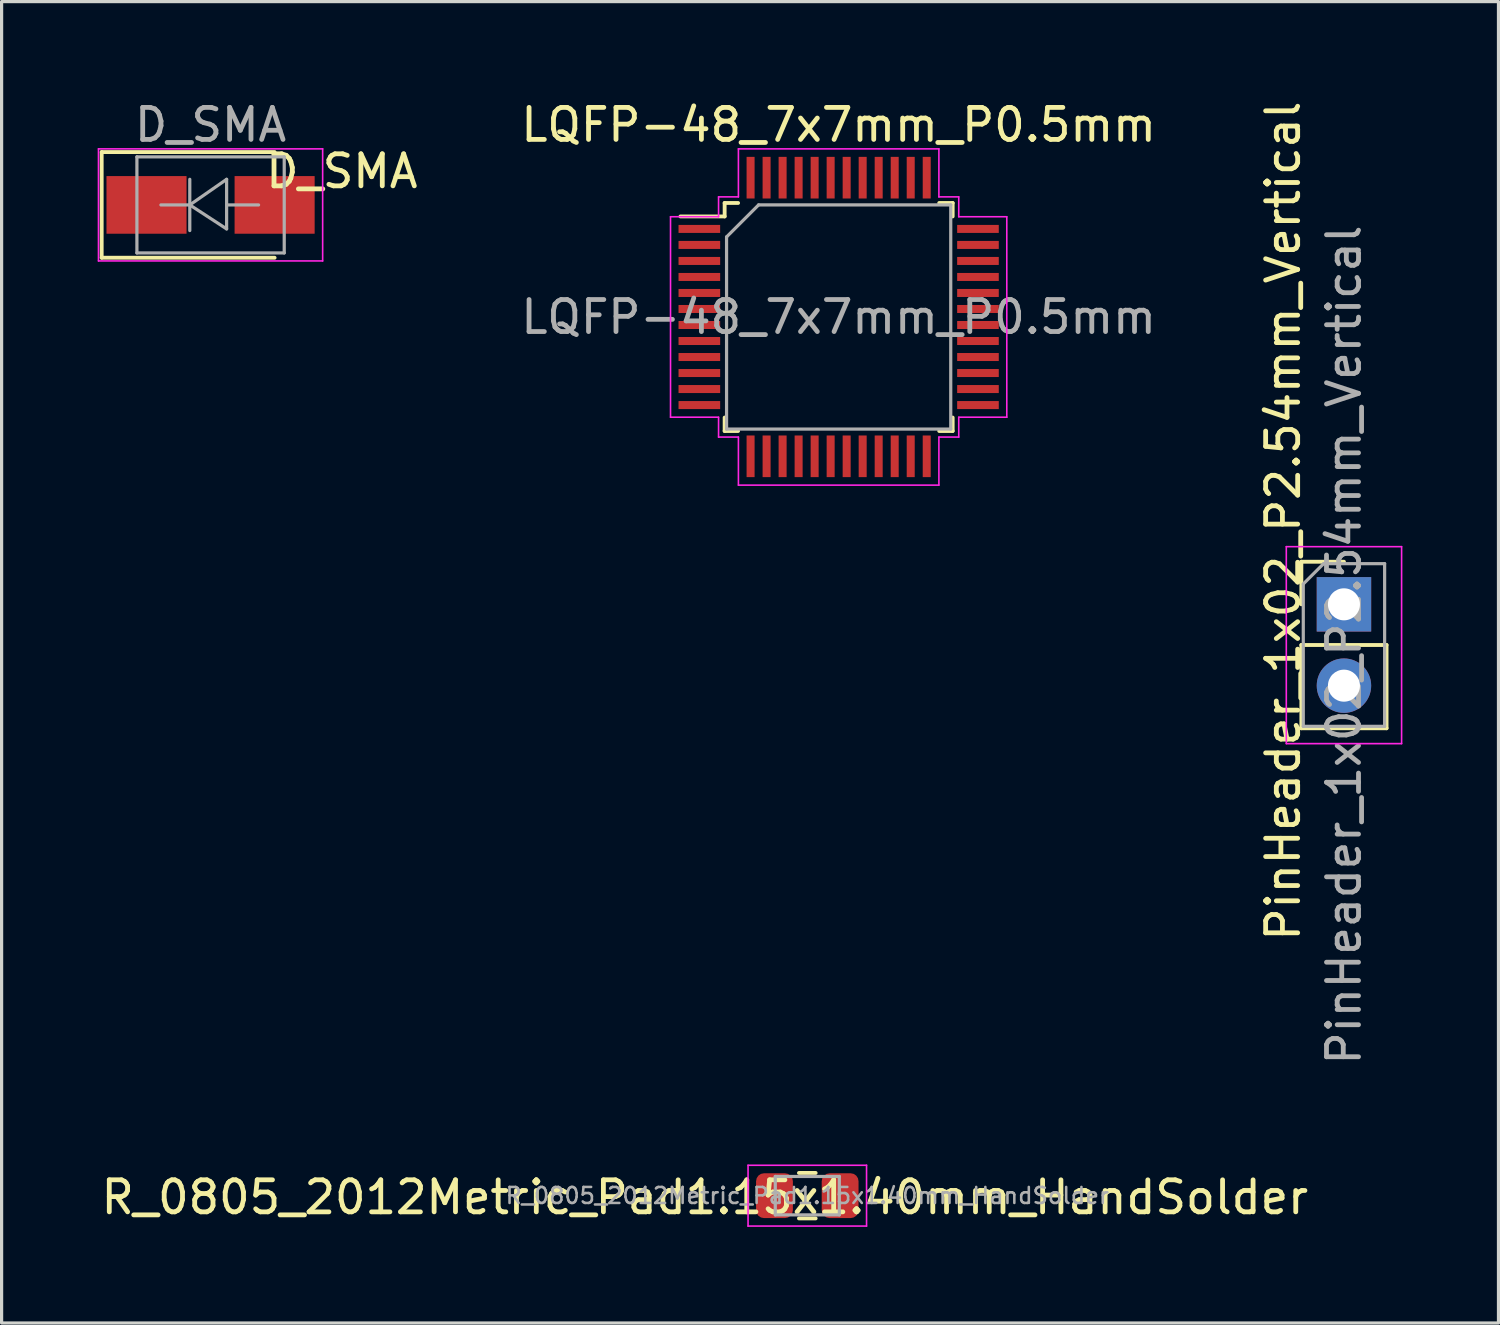
<source format=kicad_pcb>
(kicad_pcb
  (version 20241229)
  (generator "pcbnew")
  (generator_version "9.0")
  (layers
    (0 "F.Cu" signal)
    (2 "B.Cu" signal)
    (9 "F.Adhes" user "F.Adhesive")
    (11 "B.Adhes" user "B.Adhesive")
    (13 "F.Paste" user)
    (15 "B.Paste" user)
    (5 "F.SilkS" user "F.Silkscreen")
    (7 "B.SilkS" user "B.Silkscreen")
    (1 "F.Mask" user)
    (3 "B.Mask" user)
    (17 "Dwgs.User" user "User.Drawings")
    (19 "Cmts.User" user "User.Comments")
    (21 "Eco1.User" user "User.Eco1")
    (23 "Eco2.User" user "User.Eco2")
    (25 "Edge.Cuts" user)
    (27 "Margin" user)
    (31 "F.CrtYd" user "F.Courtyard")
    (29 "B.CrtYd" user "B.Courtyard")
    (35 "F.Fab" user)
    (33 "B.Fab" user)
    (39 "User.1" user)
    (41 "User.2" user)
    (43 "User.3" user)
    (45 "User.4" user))
  (footprint "D_SMA"
    (layer "F.Cu")
    (at 3.525 3.348)
    (property "Reference" "D_SMA" (at 4.1 -1.05 0) (layer "F.SilkS") (effects (font (size 1 1) (thickness 0.15))))
    (attr smd)
    (fp_line (start -3.4 -1.65) (end -3.4 1.65) (stroke (width 0.12) (type solid)) (layer "F.SilkS"))
    (fp_line (start -3.4 -1.65) (end 2 -1.65) (stroke (width 0.12) (type solid)) (layer "F.SilkS"))
    (fp_line (start -3.4 1.65) (end 2 1.65) (stroke (width 0.12) (type solid)) (layer "F.SilkS"))
    (fp_line (start -3.5 -1.75) (end 3.5 -1.75) (stroke (width 0.05) (type solid)) (layer "F.CrtYd"))
    (fp_line (start -3.5 1.75) (end -3.5 -1.75) (stroke (width 0.05) (type solid)) (layer "F.CrtYd"))
    (fp_line (start 3.5 -1.75) (end 3.5 1.75) (stroke (width 0.05) (type solid)) (layer "F.CrtYd"))
    (fp_line (start 3.5 1.75) (end -3.5 1.75) (stroke (width 0.05) (type solid)) (layer "F.CrtYd"))
    (fp_line (start -2.3 1.5) (end -2.3 -1.5) (stroke (width 0.1) (type solid)) (layer "F.Fab"))
    (fp_line (start -0.649 -0.799) (end -0.649 0.801) (stroke (width 0.1) (type solid)) (layer "F.Fab"))
    (fp_line (start -0.649 0.001) (end -1.551 0.001) (stroke (width 0.1) (type solid)) (layer "F.Fab"))
    (fp_line (start -0.649 0.001) (end 0.501 -0.799) (stroke (width 0.1) (type solid)) (layer "F.Fab"))
    (fp_line (start -0.649 0.001) (end 0.501 0.75) (stroke (width 0.1) (type solid)) (layer "F.Fab"))
    (fp_line (start 0.501 0.001) (end 1.499 0.001) (stroke (width 0.1) (type solid)) (layer "F.Fab"))
    (fp_line (start 0.501 0.75) (end 0.501 -0.799) (stroke (width 0.1) (type solid)) (layer "F.Fab"))
    (fp_line (start 2.3 -1.5) (end -2.3 -1.5) (stroke (width 0.1) (type solid)) (layer "F.Fab"))
    (fp_line (start 2.3 -1.5) (end 2.3 1.5) (stroke (width 0.1) (type solid)) (layer "F.Fab"))
    (fp_line (start 2.3 1.5) (end -2.3 1.5) (stroke (width 0.1) (type solid)) (layer "F.Fab"))
    (fp_text user "${REFERENCE}" (at 0 -2.5 0) (layer "F.Fab") (effects (font (size 1 1) (thickness 0.15))))
    (pad "1" smd rect (at -2 0) (size 2.5 1.8) (layers "F.Cu" "F.Mask" "F.Paste"))
    (pad "2" smd rect (at 2 0) (size 2.5 1.8) (layers "F.Cu" "F.Mask" "F.Paste")))
  (footprint "LQFP-48_7x7mm_P0.5mm"
    (layer "F.Cu")
    (at 23.137 6.848)
    (property "Reference" "LQFP-48_7x7mm_P0.5mm" (at 0 -6 0) (layer "F.SilkS") (effects (font (size 1 1) (thickness 0.15))))
    (attr smd)
    (fp_line (start -3.56 -3.56) (end -3.56 -3.14) (stroke (width 0.12) (type solid)) (layer "F.SilkS"))
    (fp_line (start -3.56 -3.56) (end -3.14 -3.56) (stroke (width 0.12) (type solid)) (layer "F.SilkS"))
    (fp_line (start -3.56 -3.14) (end -4.94 -3.14) (stroke (width 0.12) (type solid)) (layer "F.SilkS"))
    (fp_line (start -3.56 3.56) (end -3.56 3.14) (stroke (width 0.12) (type solid)) (layer "F.SilkS"))
    (fp_line (start -3.56 3.56) (end -3.14 3.56) (stroke (width 0.12) (type solid)) (layer "F.SilkS"))
    (fp_line (start 3.56 -3.56) (end 3.14 -3.56) (stroke (width 0.12) (type solid)) (layer "F.SilkS"))
    (fp_line (start 3.56 -3.56) (end 3.56 -3.14) (stroke (width 0.12) (type solid)) (layer "F.SilkS"))
    (fp_line (start 3.56 3.56) (end 3.14 3.56) (stroke (width 0.12) (type solid)) (layer "F.SilkS"))
    (fp_line (start 3.56 3.56) (end 3.56 3.14) (stroke (width 0.12) (type solid)) (layer "F.SilkS"))
    (fp_line (start -5.25 -3.13) (end -5.25 3.13) (stroke (width 0.05) (type solid)) (layer "F.CrtYd"))
    (fp_line (start -3.75 -3.13) (end -5.25 -3.13) (stroke (width 0.05) (type solid)) (layer "F.CrtYd"))
    (fp_line (start -3.75 -3.13) (end -3.75 -3.75) (stroke (width 0.05) (type solid)) (layer "F.CrtYd"))
    (fp_line (start -3.75 3.13) (end -5.25 3.13) (stroke (width 0.05) (type solid)) (layer "F.CrtYd"))
    (fp_line (start -3.75 3.13) (end -3.75 3.75) (stroke (width 0.05) (type solid)) (layer "F.CrtYd"))
    (fp_line (start -3.13 -5.25) (end 3.13 -5.25) (stroke (width 0.05) (type solid)) (layer "F.CrtYd"))
    (fp_line (start -3.13 -3.75) (end -3.75 -3.75) (stroke (width 0.05) (type solid)) (layer "F.CrtYd"))
    (fp_line (start -3.13 -3.75) (end -3.13 -5.25) (stroke (width 0.05) (type solid)) (layer "F.CrtYd"))
    (fp_line (start -3.13 3.75) (end -3.75 3.75) (stroke (width 0.05) (type solid)) (layer "F.CrtYd"))
    (fp_line (start -3.13 3.75) (end -3.13 5.25) (stroke (width 0.05) (type solid)) (layer "F.CrtYd"))
    (fp_line (start -3.13 5.25) (end 3.13 5.25) (stroke (width 0.05) (type solid)) (layer "F.CrtYd"))
    (fp_line (start 3.13 -3.75) (end 3.13 -5.25) (stroke (width 0.05) (type solid)) (layer "F.CrtYd"))
    (fp_line (start 3.13 -3.75) (end 3.75 -3.75) (stroke (width 0.05) (type solid)) (layer "F.CrtYd"))
    (fp_line (start 3.13 3.75) (end 3.75 3.75) (stroke (width 0.05) (type solid)) (layer "F.CrtYd"))
    (fp_line (start 3.13 5.25) (end 3.13 3.75) (stroke (width 0.05) (type solid)) (layer "F.CrtYd"))
    (fp_line (start 3.75 -3.13) (end 3.75 -3.75) (stroke (width 0.05) (type solid)) (layer "F.CrtYd"))
    (fp_line (start 3.75 -3.13) (end 5.25 -3.13) (stroke (width 0.05) (type solid)) (layer "F.CrtYd"))
    (fp_line (start 3.75 3.13) (end 3.75 3.75) (stroke (width 0.05) (type solid)) (layer "F.CrtYd"))
    (fp_line (start 3.75 3.13) (end 5.25 3.13) (stroke (width 0.05) (type solid)) (layer "F.CrtYd"))
    (fp_line (start 5.25 -3.13) (end 5.25 3.13) (stroke (width 0.05) (type solid)) (layer "F.CrtYd"))
    (fp_line (start -3.5 -2.5) (end -2.5 -3.5) (stroke (width 0.1) (type solid)) (layer "F.Fab"))
    (fp_line (start -3.5 3.5) (end -3.5 -2.5) (stroke (width 0.1) (type solid)) (layer "F.Fab"))
    (fp_line (start -2.5 -3.5) (end 3.5 -3.5) (stroke (width 0.1) (type solid)) (layer "F.Fab"))
    (fp_line (start 3.5 -3.5) (end 3.5 3.5) (stroke (width 0.1) (type solid)) (layer "F.Fab"))
    (fp_line (start 3.5 3.5) (end -3.5 3.5) (stroke (width 0.1) (type solid)) (layer "F.Fab"))
    (fp_text user "${REFERENCE}" (at 0 0 0) (layer "F.Fab") (effects (font (size 1 1) (thickness 0.15))))
    (pad "1" smd rect (at -4.35 -2.75) (size 1.3 0.25) (layers "F.Cu" "F.Mask" "F.Paste"))
    (pad "2" smd rect (at -4.35 -2.25) (size 1.3 0.25) (layers "F.Cu" "F.Mask" "F.Paste"))
    (pad "3" smd rect (at -4.35 -1.75) (size 1.3 0.25) (layers "F.Cu" "F.Mask" "F.Paste"))
    (pad "4" smd rect (at -4.35 -1.25) (size 1.3 0.25) (layers "F.Cu" "F.Mask" "F.Paste"))
    (pad "5" smd rect (at -4.35 -0.75) (size 1.3 0.25) (layers "F.Cu" "F.Mask" "F.Paste"))
    (pad "6" smd rect (at -4.35 -0.25) (size 1.3 0.25) (layers "F.Cu" "F.Mask" "F.Paste"))
    (pad "7" smd rect (at -4.35 0.25) (size 1.3 0.25) (layers "F.Cu" "F.Mask" "F.Paste"))
    (pad "8" smd rect (at -4.35 0.75) (size 1.3 0.25) (layers "F.Cu" "F.Mask" "F.Paste"))
    (pad "9" smd rect (at -4.35 1.25) (size 1.3 0.25) (layers "F.Cu" "F.Mask" "F.Paste"))
    (pad "10" smd rect (at -4.35 1.75) (size 1.3 0.25) (layers "F.Cu" "F.Mask" "F.Paste"))
    (pad "11" smd rect (at -4.35 2.25) (size 1.3 0.25) (layers "F.Cu" "F.Mask" "F.Paste"))
    (pad "12" smd rect (at -4.35 2.75) (size 1.3 0.25) (layers "F.Cu" "F.Mask" "F.Paste"))
    (pad "13" smd rect (at -2.75 4.35 90) (size 1.3 0.25) (layers "F.Cu" "F.Mask" "F.Paste"))
    (pad "14" smd rect (at -2.25 4.35 90) (size 1.3 0.25) (layers "F.Cu" "F.Mask" "F.Paste"))
    (pad "15" smd rect (at -1.75 4.35 90) (size 1.3 0.25) (layers "F.Cu" "F.Mask" "F.Paste"))
    (pad "16" smd rect (at -1.25 4.35 90) (size 1.3 0.25) (layers "F.Cu" "F.Mask" "F.Paste"))
    (pad "17" smd rect (at -0.75 4.35 90) (size 1.3 0.25) (layers "F.Cu" "F.Mask" "F.Paste"))
    (pad "18" smd rect (at -0.25 4.35 90) (size 1.3 0.25) (layers "F.Cu" "F.Mask" "F.Paste"))
    (pad "19" smd rect (at 0.25 4.35 90) (size 1.3 0.25) (layers "F.Cu" "F.Mask" "F.Paste"))
    (pad "20" smd rect (at 0.75 4.35 90) (size 1.3 0.25) (layers "F.Cu" "F.Mask" "F.Paste"))
    (pad "21" smd rect (at 1.25 4.35 90) (size 1.3 0.25) (layers "F.Cu" "F.Mask" "F.Paste"))
    (pad "22" smd rect (at 1.75 4.35 90) (size 1.3 0.25) (layers "F.Cu" "F.Mask" "F.Paste"))
    (pad "23" smd rect (at 2.25 4.35 90) (size 1.3 0.25) (layers "F.Cu" "F.Mask" "F.Paste"))
    (pad "24" smd rect (at 2.75 4.35 90) (size 1.3 0.25) (layers "F.Cu" "F.Mask" "F.Paste"))
    (pad "25" smd rect (at 4.35 2.75) (size 1.3 0.25) (layers "F.Cu" "F.Mask" "F.Paste"))
    (pad "26" smd rect (at 4.35 2.25) (size 1.3 0.25) (layers "F.Cu" "F.Mask" "F.Paste"))
    (pad "27" smd rect (at 4.35 1.75) (size 1.3 0.25) (layers "F.Cu" "F.Mask" "F.Paste"))
    (pad "28" smd rect (at 4.35 1.25) (size 1.3 0.25) (layers "F.Cu" "F.Mask" "F.Paste"))
    (pad "29" smd rect (at 4.35 0.75) (size 1.3 0.25) (layers "F.Cu" "F.Mask" "F.Paste"))
    (pad "30" smd rect (at 4.35 0.25) (size 1.3 0.25) (layers "F.Cu" "F.Mask" "F.Paste"))
    (pad "31" smd rect (at 4.35 -0.25) (size 1.3 0.25) (layers "F.Cu" "F.Mask" "F.Paste"))
    (pad "32" smd rect (at 4.35 -0.75) (size 1.3 0.25) (layers "F.Cu" "F.Mask" "F.Paste"))
    (pad "33" smd rect (at 4.35 -1.25) (size 1.3 0.25) (layers "F.Cu" "F.Mask" "F.Paste"))
    (pad "34" smd rect (at 4.35 -1.75) (size 1.3 0.25) (layers "F.Cu" "F.Mask" "F.Paste"))
    (pad "35" smd rect (at 4.35 -2.25) (size 1.3 0.25) (layers "F.Cu" "F.Mask" "F.Paste"))
    (pad "36" smd rect (at 4.35 -2.75) (size 1.3 0.25) (layers "F.Cu" "F.Mask" "F.Paste"))
    (pad "37" smd rect (at 2.75 -4.35 90) (size 1.3 0.25) (layers "F.Cu" "F.Mask" "F.Paste"))
    (pad "38" smd rect (at 2.25 -4.35 90) (size 1.3 0.25) (layers "F.Cu" "F.Mask" "F.Paste"))
    (pad "39" smd rect (at 1.75 -4.35 90) (size 1.3 0.25) (layers "F.Cu" "F.Mask" "F.Paste"))
    (pad "40" smd rect (at 1.25 -4.35 90) (size 1.3 0.25) (layers "F.Cu" "F.Mask" "F.Paste"))
    (pad "41" smd rect (at 0.75 -4.35 90) (size 1.3 0.25) (layers "F.Cu" "F.Mask" "F.Paste"))
    (pad "42" smd rect (at 0.25 -4.35 90) (size 1.3 0.25) (layers "F.Cu" "F.Mask" "F.Paste"))
    (pad "43" smd rect (at -0.25 -4.35 90) (size 1.3 0.25) (layers "F.Cu" "F.Mask" "F.Paste"))
    (pad "44" smd rect (at -0.75 -4.35 90) (size 1.3 0.25) (layers "F.Cu" "F.Mask" "F.Paste"))
    (pad "45" smd rect (at -1.25 -4.35 90) (size 1.3 0.25) (layers "F.Cu" "F.Mask" "F.Paste"))
    (pad "46" smd rect (at -1.75 -4.35 90) (size 1.3 0.25) (layers "F.Cu" "F.Mask" "F.Paste"))
    (pad "47" smd rect (at -2.25 -4.35 90) (size 1.3 0.25) (layers "F.Cu" "F.Mask" "F.Paste"))
    (pad "48" smd rect (at -2.75 -4.35 90) (size 1.3 0.25) (layers "F.Cu" "F.Mask" "F.Paste")))
  (footprint "R_0805_2012Metric_Pad1.15x1.40mm_HandSolder"
    (layer "F.Cu")
    (at 22.158 34.285)
    (property "Reference" "R_0805_2012Metric_Pad1.15x1.40mm_HandSolder" (at -3.2 0.05 0) (layer "F.SilkS") (effects (font (size 1 1) (thickness 0.15))))
    (attr smd)
    (fp_line (start -0.261 -0.71) (end 0.261 -0.71) (stroke (width 0.12) (type solid)) (layer "F.SilkS"))
    (fp_line (start -0.261 0.71) (end 0.261 0.71) (stroke (width 0.12) (type solid)) (layer "F.SilkS"))
    (fp_line (start -1.85 -0.95) (end 1.85 -0.95) (stroke (width 0.05) (type solid)) (layer "F.CrtYd"))
    (fp_line (start -1.85 0.95) (end -1.85 -0.95) (stroke (width 0.05) (type solid)) (layer "F.CrtYd"))
    (fp_line (start 1.85 -0.95) (end 1.85 0.95) (stroke (width 0.05) (type solid)) (layer "F.CrtYd"))
    (fp_line (start 1.85 0.95) (end -1.85 0.95) (stroke (width 0.05) (type solid)) (layer "F.CrtYd"))
    (fp_line (start -1 -0.6) (end 1 -0.6) (stroke (width 0.1) (type solid)) (layer "F.Fab"))
    (fp_line (start -1 0.6) (end -1 -0.6) (stroke (width 0.1) (type solid)) (layer "F.Fab"))
    (fp_line (start 1 -0.6) (end 1 0.6) (stroke (width 0.1) (type solid)) (layer "F.Fab"))
    (fp_line (start 1 0.6) (end -1 0.6) (stroke (width 0.1) (type solid)) (layer "F.Fab"))
    (fp_text user "${REFERENCE}" (at 0 0 0) (layer "F.Fab") (effects (font (size 0.5 0.5) (thickness 0.08))))
    (pad "1" smd roundrect (at -1.025 0) (size 1.15 1.4) (layers "F.Cu" "F.Mask" "F.Paste") (roundrect_rratio 0.217))
    (pad "2" smd roundrect (at 1.025 0) (size 1.15 1.4) (layers "F.Cu" "F.Mask" "F.Paste") (roundrect_rratio 0.217)))
  (footprint "PinHeader_1x02_P2.54mm_Vertical"
    (layer "F.Cu")
    (at 38.915 15.82)
    (property "Reference" "PinHeader_1x02_P2.54mm_Vertical" (at -1.9 -2.6 90) (layer "F.SilkS") (effects (font (size 1 1) (thickness 0.15))))
    (attr through_hole)
    (fp_line (start -1.33 -1.33) (end 0 -1.33) (stroke (width 0.12) (type solid)) (layer "F.SilkS"))
    (fp_line (start -1.33 0) (end -1.33 -1.33) (stroke (width 0.12) (type solid)) (layer "F.SilkS"))
    (fp_line (start -1.33 1.27) (end -1.33 3.87) (stroke (width 0.12) (type solid)) (layer "F.SilkS"))
    (fp_line (start -1.33 1.27) (end 1.33 1.27) (stroke (width 0.12) (type solid)) (layer "F.SilkS"))
    (fp_line (start -1.33 3.87) (end 1.33 3.87) (stroke (width 0.12) (type solid)) (layer "F.SilkS"))
    (fp_line (start 1.33 1.27) (end 1.33 3.87) (stroke (width 0.12) (type solid)) (layer "F.SilkS"))
    (fp_line (start -1.8 -1.8) (end -1.8 4.35) (stroke (width 0.05) (type solid)) (layer "F.CrtYd"))
    (fp_line (start -1.8 4.35) (end 1.8 4.35) (stroke (width 0.05) (type solid)) (layer "F.CrtYd"))
    (fp_line (start 1.8 -1.8) (end -1.8 -1.8) (stroke (width 0.05) (type solid)) (layer "F.CrtYd"))
    (fp_line (start 1.8 4.35) (end 1.8 -1.8) (stroke (width 0.05) (type solid)) (layer "F.CrtYd"))
    (fp_line (start -1.27 -0.635) (end -0.635 -1.27) (stroke (width 0.1) (type solid)) (layer "F.Fab"))
    (fp_line (start -1.27 3.81) (end -1.27 -0.635) (stroke (width 0.1) (type solid)) (layer "F.Fab"))
    (fp_line (start -0.635 -1.27) (end 1.27 -1.27) (stroke (width 0.1) (type solid)) (layer "F.Fab"))
    (fp_line (start 1.27 -1.27) (end 1.27 3.81) (stroke (width 0.1) (type solid)) (layer "F.Fab"))
    (fp_line (start 1.27 3.81) (end -1.27 3.81) (stroke (width 0.1) (type solid)) (layer "F.Fab"))
    (fp_text user "${REFERENCE}" (at 0 1.27 90) (layer "F.Fab") (effects (font (size 1 1) (thickness 0.15))))
    (pad "1" thru_hole rect (at 0 0) (size 1.7 1.7) (drill 1) (layers "*.Cu" "*.Mask"))
    (pad "2" thru_hole oval (at 0 2.54) (size 1.7 1.7) (drill 1) (layers "*.Cu" "*.Mask")))
  (gr_rect
    (start -3 -3)
    (end 43.74 38.26)
    (stroke (width 0.1) (type default))
    (fill no)
    (layer "Edge.Cuts")))
</source>
